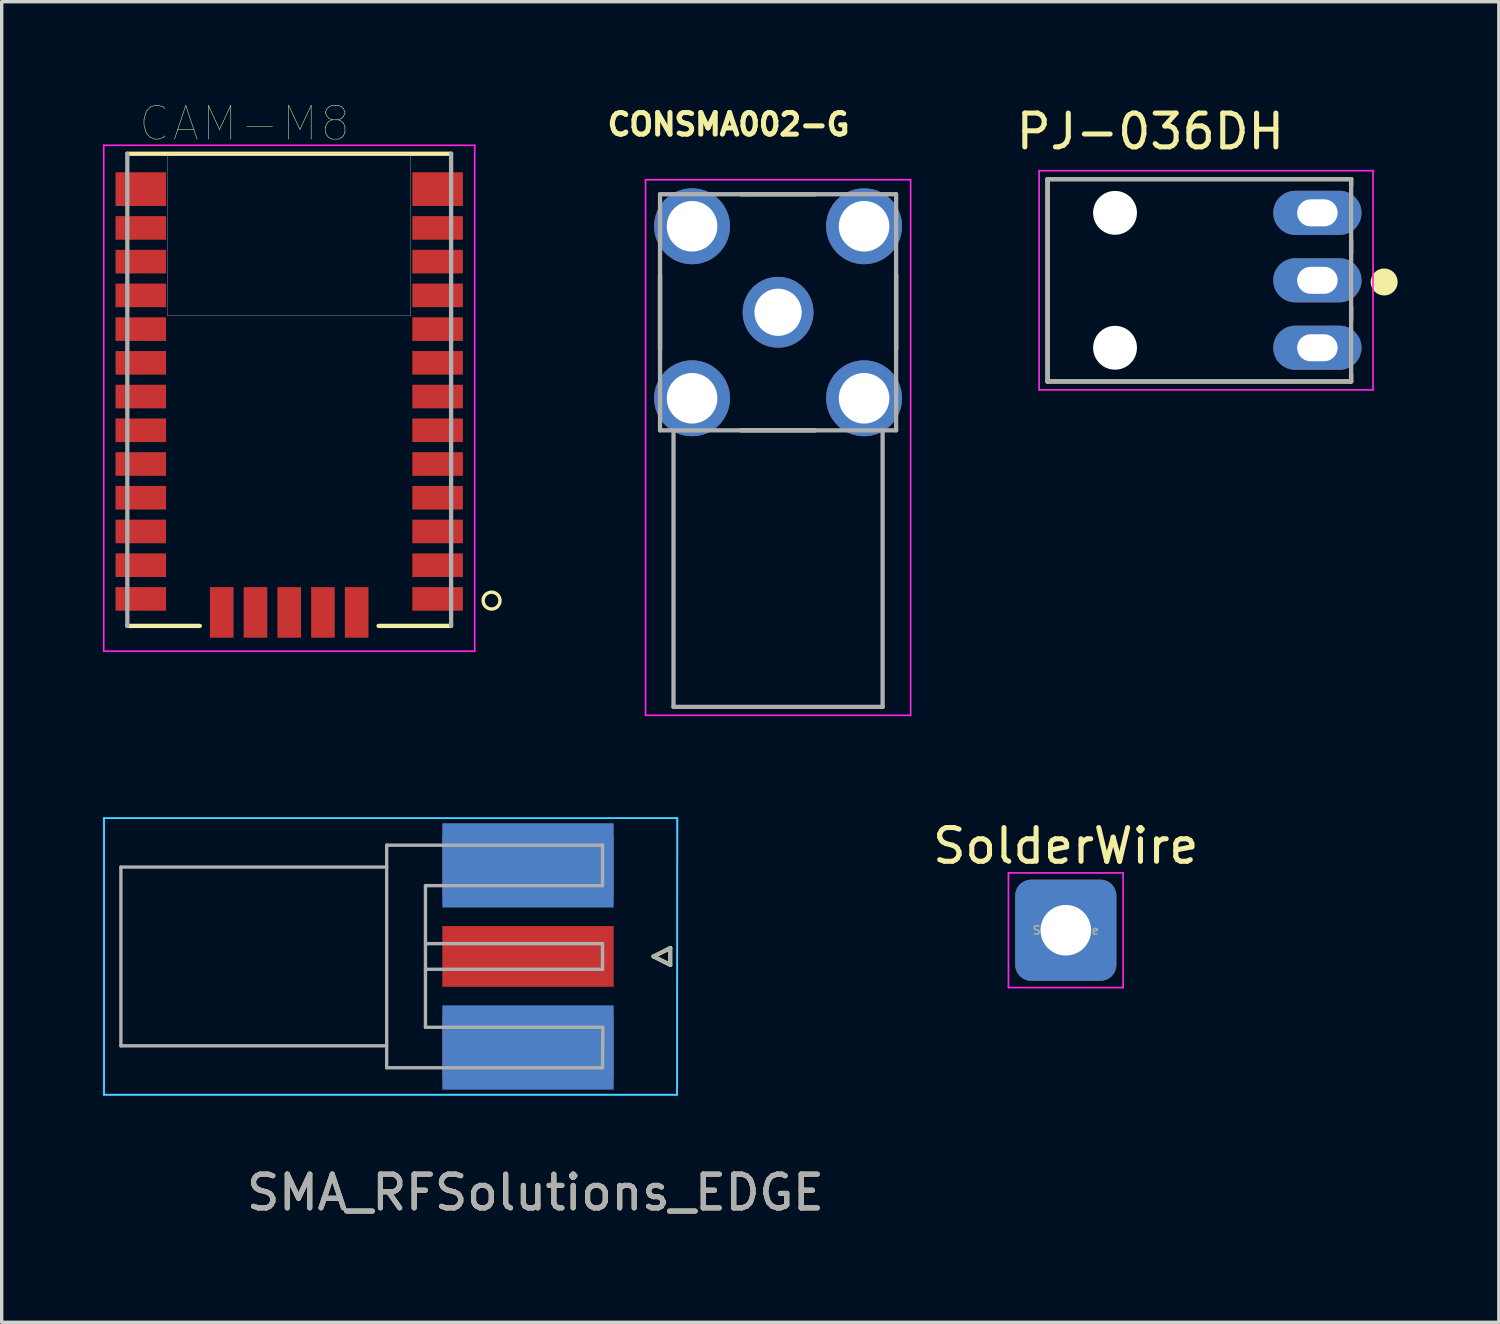
<source format=kicad_pcb>
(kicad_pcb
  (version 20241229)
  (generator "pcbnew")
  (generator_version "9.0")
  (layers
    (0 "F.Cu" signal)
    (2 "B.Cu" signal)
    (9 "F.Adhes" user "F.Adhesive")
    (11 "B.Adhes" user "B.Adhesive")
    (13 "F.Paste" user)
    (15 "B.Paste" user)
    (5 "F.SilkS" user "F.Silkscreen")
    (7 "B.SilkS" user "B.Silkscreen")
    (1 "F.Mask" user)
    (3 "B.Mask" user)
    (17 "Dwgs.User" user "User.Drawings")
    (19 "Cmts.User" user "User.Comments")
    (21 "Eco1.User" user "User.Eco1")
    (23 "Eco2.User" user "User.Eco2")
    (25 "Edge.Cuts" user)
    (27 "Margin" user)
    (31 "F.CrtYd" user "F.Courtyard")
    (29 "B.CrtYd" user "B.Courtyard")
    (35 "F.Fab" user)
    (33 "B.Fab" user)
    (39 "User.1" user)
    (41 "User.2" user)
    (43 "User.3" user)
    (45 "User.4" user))
  (footprint "CONSMA002-G"
    (layer "F.Cu")
    (at 20.02 6.209)
    (property "Reference" "CONSMA002-G" (at -1.468 -5.571 0) (layer "F.SilkS") (effects (font (size 0.64 0.64) (thickness 0.15))))
    (attr through_hole)
    (fp_line (start -3.5 -1.1) (end -3.5 1.1) (stroke (width 0.127) (type solid)) (layer "F.SilkS"))
    (fp_line (start -1.1 -3.5) (end 1.1 -3.5) (stroke (width 0.127) (type solid)) (layer "F.SilkS"))
    (fp_line (start -1.1 3.5) (end 1.1 3.5) (stroke (width 0.127) (type solid)) (layer "F.SilkS"))
    (fp_line (start 3.5 -1.1) (end 3.5 1.1) (stroke (width 0.127) (type solid)) (layer "F.SilkS"))
    (fp_line (start -3.93 -3.93) (end 3.93 -3.93) (stroke (width 0.05) (type solid)) (layer "F.CrtYd"))
    (fp_line (start -3.93 11.95) (end -3.93 -3.93) (stroke (width 0.05) (type solid)) (layer "F.CrtYd"))
    (fp_line (start 3.93 -3.93) (end 3.93 11.95) (stroke (width 0.05) (type solid)) (layer "F.CrtYd"))
    (fp_line (start 3.93 11.95) (end -3.93 11.95) (stroke (width 0.05) (type solid)) (layer "F.CrtYd"))
    (fp_line (start -3.5 -3.5) (end 3.5 -3.5) (stroke (width 0.127) (type solid)) (layer "F.Fab"))
    (fp_line (start -3.5 3.5) (end -3.5 -3.5) (stroke (width 0.127) (type solid)) (layer "F.Fab"))
    (fp_line (start -3.1 3.5) (end -3.5 3.5) (stroke (width 0.127) (type solid)) (layer "F.Fab"))
    (fp_line (start -3.1 3.5) (end -3.1 11.7) (stroke (width 0.127) (type solid)) (layer "F.Fab"))
    (fp_line (start -3.1 11.7) (end 3.1 11.7) (stroke (width 0.127) (type solid)) (layer "F.Fab"))
    (fp_line (start 3.1 3.5) (end -3.1 3.5) (stroke (width 0.127) (type solid)) (layer "F.Fab"))
    (fp_line (start 3.1 11.7) (end 3.1 3.5) (stroke (width 0.127) (type solid)) (layer "F.Fab"))
    (fp_line (start 3.5 -3.5) (end 3.5 3.5) (stroke (width 0.127) (type solid)) (layer "F.Fab"))
    (fp_line (start 3.5 3.5) (end 3.1 3.5) (stroke (width 0.127) (type solid)) (layer "F.Fab"))
    (pad "1" thru_hole circle (at 0 0) (size 2.1 2.1) (drill 1.4) (layers "*.Cu" "*.Mask"))
    (pad "2" thru_hole circle (at -2.55 -2.55) (size 2.25 2.25) (drill 1.5) (layers "*.Cu" "*.Mask"))
    (pad "2" thru_hole circle (at -2.55 2.55) (size 2.25 2.25) (drill 1.5) (layers "*.Cu" "*.Mask"))
    (pad "2" thru_hole circle (at 2.55 -2.55) (size 2.25 2.25) (drill 1.5) (layers "*.Cu" "*.Mask"))
    (pad "2" thru_hole circle (at 2.55 2.55) (size 2.25 2.25) (drill 1.5) (layers "*.Cu" "*.Mask")))
  (footprint "SolderWire"
    (layer "F.Cu")
    (at 28.551 24.532)
    (property "Reference" "SolderWire" (at 0 -2.5 0) (layer "F.SilkS") (effects (font (size 1 1) (thickness 0.15))))
    (attr exclude_from_pos_files exclude_from_bom)
    (fp_line (start -1.7 -1.7) (end -1.7 1.7) (stroke (width 0.05) (type solid)) (layer "F.CrtYd"))
    (fp_line (start -1.7 1.7) (end 1.7 1.7) (stroke (width 0.05) (type solid)) (layer "F.CrtYd"))
    (fp_line (start 1.7 -1.7) (end -1.7 -1.7) (stroke (width 0.05) (type solid)) (layer "F.CrtYd"))
    (fp_line (start 1.7 1.7) (end 1.7 -1.7) (stroke (width 0.05) (type solid)) (layer "F.CrtYd"))
    (fp_circle (center 0 0) (end 0.5 0) (stroke (width 0.1) (type solid)) (fill no) (layer "F.Fab"))
    (fp_text user "${REFERENCE}" (at 0 0 0) (layer "F.Fab") (effects (font (size 0.25 0.25) (thickness 0.04))))
    (pad "1" thru_hole roundrect (at 0 0) (size 3 3) (drill 1.5) (layers "*.Cu" "*.Mask") (roundrect_rratio 0.156)))
  (footprint "CAM-M8"
    (layer "F.Cu")
    (at 5.525 8.508)
    (property "Reference" "CAM-M8" (at -1.327 -7.896 0) (layer "F.SilkS") (effects (font (size 1.001 1.001) (thickness 0.015))))
    (attr through_hole)
    (fp_line (start -4.8 -7) (end 4.8 -7) (stroke (width 0.127) (type solid)) (layer "F.SilkS"))
    (fp_line (start -2.65 7) (end -4.8 7) (stroke (width 0.127) (type solid)) (layer "F.SilkS"))
    (fp_line (start 4.8 7) (end 2.65 7) (stroke (width 0.127) (type solid)) (layer "F.SilkS"))
    (fp_circle (center 6 6.25) (end 6.25 6.25) (stroke (width 0.1) (type solid)) (fill no) (layer "F.SilkS"))
    (fp_poly (pts (xy -3.6 -7) (xy 3.6 -7) (xy 3.6 -2.2) (xy -3.6 -2.2)) (stroke (width 0.01) (type solid)) (fill no) (layer "Dwgs.User"))
    (fp_line (start -5.5 -7.25) (end 5.5 -7.25) (stroke (width 0.05) (type solid)) (layer "F.CrtYd"))
    (fp_line (start -5.5 7.75) (end -5.5 -7.25) (stroke (width 0.05) (type solid)) (layer "F.CrtYd"))
    (fp_line (start 5.5 -7.25) (end 5.5 7.75) (stroke (width 0.05) (type solid)) (layer "F.CrtYd"))
    (fp_line (start 5.5 7.75) (end -5.5 7.75) (stroke (width 0.05) (type solid)) (layer "F.CrtYd"))
    (fp_line (start -4.8 7) (end -4.8 -7) (stroke (width 0.127) (type solid)) (layer "F.Fab"))
    (fp_line (start 4.8 -7) (end 4.8 7) (stroke (width 0.127) (type solid)) (layer "F.Fab"))
    (pad "1" smd rect (at 4.4 6.2) (size 1.5 0.7) (layers "F.Cu" "F.Mask" "F.Paste"))
    (pad "2" smd rect (at 4.4 5.2) (size 1.5 0.7) (layers "F.Cu" "F.Mask" "F.Paste"))
    (pad "3" smd rect (at 4.4 4.2) (size 1.5 0.7) (layers "F.Cu" "F.Mask" "F.Paste"))
    (pad "4" smd rect (at 4.4 3.2) (size 1.5 0.7) (layers "F.Cu" "F.Mask" "F.Paste"))
    (pad "5" smd rect (at 4.4 2.2) (size 1.5 0.7) (layers "F.Cu" "F.Mask" "F.Paste"))
    (pad "6" smd rect (at 4.4 1.2) (size 1.5 0.7) (layers "F.Cu" "F.Mask" "F.Paste"))
    (pad "7" smd rect (at 4.4 0.2) (size 1.5 0.7) (layers "F.Cu" "F.Mask" "F.Paste"))
    (pad "8" smd rect (at 4.4 -0.8) (size 1.5 0.7) (layers "F.Cu" "F.Mask" "F.Paste"))
    (pad "9" smd rect (at 4.4 -1.8) (size 1.5 0.7) (layers "F.Cu" "F.Mask" "F.Paste"))
    (pad "10" smd rect (at 4.4 -2.8) (size 1.5 0.7) (layers "F.Cu" "F.Mask" "F.Paste"))
    (pad "11" smd rect (at 4.4 -3.8) (size 1.5 0.7) (layers "F.Cu" "F.Mask" "F.Paste"))
    (pad "12" smd rect (at 4.4 -4.8) (size 1.5 0.7) (layers "F.Cu" "F.Mask" "F.Paste"))
    (pad "13" smd rect (at 4.4 -5.95) (size 1.5 1) (layers "F.Cu" "F.Mask" "F.Paste"))
    (pad "14" smd rect (at -4.4 -5.95) (size 1.5 1) (layers "F.Cu" "F.Mask" "F.Paste"))
    (pad "15" smd rect (at -4.4 -4.8) (size 1.5 0.7) (layers "F.Cu" "F.Mask" "F.Paste"))
    (pad "16" smd rect (at -4.4 -3.8) (size 1.5 0.7) (layers "F.Cu" "F.Mask" "F.Paste"))
    (pad "17" smd rect (at -4.4 -2.8) (size 1.5 0.7) (layers "F.Cu" "F.Mask" "F.Paste"))
    (pad "18" smd rect (at -4.4 -1.8) (size 1.5 0.7) (layers "F.Cu" "F.Mask" "F.Paste"))
    (pad "19" smd rect (at -4.4 -0.8) (size 1.5 0.7) (layers "F.Cu" "F.Mask" "F.Paste"))
    (pad "20" smd rect (at -4.4 0.2) (size 1.5 0.7) (layers "F.Cu" "F.Mask" "F.Paste"))
    (pad "21" smd rect (at -4.4 1.2) (size 1.5 0.7) (layers "F.Cu" "F.Mask" "F.Paste"))
    (pad "22" smd rect (at -4.4 2.2) (size 1.5 0.7) (layers "F.Cu" "F.Mask" "F.Paste"))
    (pad "23" smd rect (at -4.4 3.2) (size 1.5 0.7) (layers "F.Cu" "F.Mask" "F.Paste"))
    (pad "24" smd rect (at -4.4 4.2) (size 1.5 0.7) (layers "F.Cu" "F.Mask" "F.Paste"))
    (pad "25" smd rect (at -4.4 5.2) (size 1.5 0.7) (layers "F.Cu" "F.Mask" "F.Paste"))
    (pad "26" smd rect (at -4.4 6.2) (size 1.5 0.7) (layers "F.Cu" "F.Mask" "F.Paste"))
    (pad "27" smd rect (at -2 6.6) (size 0.7 1.5) (layers "F.Cu" "F.Mask" "F.Paste"))
    (pad "28" smd rect (at -1 6.6) (size 0.7 1.5) (layers "F.Cu" "F.Mask" "F.Paste"))
    (pad "29" smd rect (at 0 6.6) (size 0.7 1.5) (layers "F.Cu" "F.Mask" "F.Paste"))
    (pad "30" smd rect (at 1 6.6) (size 0.7 1.5) (layers "F.Cu" "F.Mask" "F.Paste"))
    (pad "31" smd rect (at 2 6.6) (size 0.7 1.5) (layers "F.Cu" "F.Mask" "F.Paste")))
  (footprint "SMA_RFSolutions_EDGE"
    (layer "F.Cu")
    (at 14.325 25.309)
    (property "Reference" "SMA_RFSolutions_EDGE" (at -1.5 7 0) (layer "F.SilkS") (effects (font (size 1 1) (thickness 0.15))))
    (attr smd)
    (fp_line (start 2 0) (end 2.5 -0.25) (stroke (width 0.12) (type solid)) (layer "F.SilkS"))
    (fp_line (start 2.5 -0.25) (end 2.5 0.25) (stroke (width 0.12) (type solid)) (layer "F.SilkS"))
    (fp_line (start 2.5 0.25) (end 2 0) (stroke (width 0.12) (type solid)) (layer "F.SilkS"))
    (fp_line (start -14.29 -4.1) (end -14.29 4.1) (stroke (width 0.05) (type solid)) (layer "B.CrtYd"))
    (fp_line (start -14.29 -4.1) (end 2.71 -4.1) (stroke (width 0.05) (type solid)) (layer "B.CrtYd"))
    (fp_line (start -14.29 4.1) (end 2.71 4.1) (stroke (width 0.05) (type solid)) (layer "B.CrtYd"))
    (fp_line (start 2.71 -4.1) (end 2.7 4.1) (stroke (width 0.05) (type solid)) (layer "B.CrtYd"))
    (fp_line (start -14.3 -4.1) (end -14.3 4.1) (stroke (width 0.05) (type solid)) (layer "F.CrtYd"))
    (fp_line (start -14.3 4.1) (end 2.7 4.1) (stroke (width 0.05) (type solid)) (layer "F.CrtYd"))
    (fp_line (start 2.7 -4.1) (end -14.3 -4.1) (stroke (width 0.05) (type solid)) (layer "F.CrtYd"))
    (fp_line (start 2.7 -4.1) (end 2.7 4.1) (stroke (width 0.05) (type solid)) (layer "F.CrtYd"))
    (fp_line (start -13.79 -2.65) (end -13.79 2.65) (stroke (width 0.1) (type solid)) (layer "F.Fab"))
    (fp_line (start -13.79 -2.65) (end -5.91 -2.65) (stroke (width 0.1) (type solid)) (layer "F.Fab"))
    (fp_line (start -13.79 2.65) (end -5.91 2.65) (stroke (width 0.1) (type solid)) (layer "F.Fab"))
    (fp_line (start -5.91 -3.3) (end -5.91 3.3) (stroke (width 0.1) (type solid)) (layer "F.Fab"))
    (fp_line (start -5.91 3.3) (end 0.49 3.3) (stroke (width 0.1) (type solid)) (layer "F.Fab"))
    (fp_line (start -4.76 -2.1) (end -4.76 2.1) (stroke (width 0.1) (type solid)) (layer "F.Fab"))
    (fp_line (start -4.76 -2.1) (end 0.49 -2.1) (stroke (width 0.1) (type solid)) (layer "F.Fab"))
    (fp_line (start -4.76 -0.38) (end 0.49 -0.38) (stroke (width 0.1) (type solid)) (layer "F.Fab"))
    (fp_line (start -4.76 0.38) (end 0.49 0.38) (stroke (width 0.1) (type solid)) (layer "F.Fab"))
    (fp_line (start -4.76 2.1) (end 0.49 2.1) (stroke (width 0.1) (type solid)) (layer "F.Fab"))
    (fp_line (start 0.49 -3.3) (end -5.91 -3.3) (stroke (width 0.1) (type solid)) (layer "F.Fab"))
    (fp_line (start 0.49 -3.3) (end 0.49 -2.1) (stroke (width 0.1) (type solid)) (layer "F.Fab"))
    (fp_line (start 0.49 -0.38) (end 0.49 0.38) (stroke (width 0.1) (type solid)) (layer "F.Fab"))
    (fp_line (start 0.49 3.3) (end 0.5 2.1) (stroke (width 0.1) (type solid)) (layer "F.Fab"))
    (fp_line (start 2 0) (end 2.5 0.25) (stroke (width 0.1) (type solid)) (layer "F.Fab"))
    (fp_line (start 2.5 -0.25) (end 2 0) (stroke (width 0.1) (type solid)) (layer "F.Fab"))
    (fp_line (start 2.5 0.25) (end 2.5 -0.25) (stroke (width 0.1) (type solid)) (layer "F.Fab"))
    (fp_text user "${REFERENCE}" (at -1.5 7 0) (layer "F.Fab") (effects (font (size 1 1) (thickness 0.15))))
    (pad "1" smd rect (at -1.72 0) (size 5.08 1.8) (layers "F.Cu" "F.Mask" "F.Paste"))
    (pad "2" smd rect (at -1.72 -2.7) (size 5.08 1.8) (layers "F.Cu" "F.Mask" "F.Paste"))
    (pad "2" smd rect (at -1.72 -2.7) (size 5.08 2.5) (layers "B.Cu" "B.Mask" "B.Paste"))
    (pad "2" smd rect (at -1.72 2.7) (size 5.08 1.8) (layers "F.Cu" "F.Mask" "F.Paste"))
    (pad "2" smd rect (at -1.72 2.7) (size 5.08 2.5) (layers "B.Cu" "B.Mask" "B.Paste")))
  (footprint "PJ-036DH"
    (layer "F.Cu")
    (at 36.011 5.261)
    (property "Reference" "PJ-036DH" (at -4.953 -4.412 0) (layer "F.SilkS") (effects (font (size 1.002 1.002) (thickness 0.15))))
    (attr through_hole)
    (fp_line (start -8 -3) (end -8 3) (stroke (width 0.127) (type solid)) (layer "F.SilkS"))
    (fp_line (start -8 3) (end 1 3) (stroke (width 0.127) (type solid)) (layer "F.SilkS"))
    (fp_line (start 1 -3) (end -8 -3) (stroke (width 0.127) (type solid)) (layer "F.SilkS"))
    (fp_line (start 1 -2.8) (end 1 -3) (stroke (width 0.127) (type solid)) (layer "F.SilkS"))
    (fp_line (start 1 -0.8) (end 1 -1.2) (stroke (width 0.127) (type solid)) (layer "F.SilkS"))
    (fp_line (start 1 1.2) (end 1 0.8) (stroke (width 0.127) (type solid)) (layer "F.SilkS"))
    (fp_line (start 1 3) (end 1 2.8) (stroke (width 0.127) (type solid)) (layer "F.SilkS"))
    (fp_circle (center 1.98 0.05) (end 2.18 0.05) (stroke (width 0.4) (type solid)) (fill no) (layer "F.SilkS"))
    (fp_line (start -8.25 -3.25) (end -8.25 3.25) (stroke (width 0.05) (type solid)) (layer "F.CrtYd"))
    (fp_line (start -8.25 3.25) (end 1.65 3.25) (stroke (width 0.05) (type solid)) (layer "F.CrtYd"))
    (fp_line (start 1.65 -3.25) (end -8.25 -3.25) (stroke (width 0.05) (type solid)) (layer "F.CrtYd"))
    (fp_line (start 1.65 3.25) (end 1.65 -3.25) (stroke (width 0.05) (type solid)) (layer "F.CrtYd"))
    (fp_line (start -8 -3) (end -8 3) (stroke (width 0.127) (type solid)) (layer "F.Fab"))
    (fp_line (start -8 3) (end 1 3) (stroke (width 0.127) (type solid)) (layer "F.Fab"))
    (fp_line (start 1 -3) (end -8 -3) (stroke (width 0.127) (type solid)) (layer "F.Fab"))
    (fp_line (start 1 3) (end 1 -3) (stroke (width 0.127) (type solid)) (layer "F.Fab"))
    (pad "" np_thru_hole circle (at -6 -2) (size 1.3 1.3) (drill 1.3) (layers "*.Cu" "*.Mask"))
    (pad "" np_thru_hole circle (at -6 2) (size 1.3 1.3) (drill 1.3) (layers "*.Cu" "*.Mask"))
    (pad "1" thru_hole oval (at 0 0) (size 2.616 1.308) (drill oval 1.2 0.8) (layers "*.Cu" "*.Mask"))
    (pad "2" thru_hole oval (at 0 2) (size 2.616 1.308) (drill oval 1.2 0.8) (layers "*.Cu" "*.Mask"))
    (pad "3" thru_hole oval (at 0 -2) (size 2.616 1.308) (drill oval 1.2 0.8) (layers "*.Cu" "*.Mask")))
  (gr_rect
    (start -3 -3)
    (end 41.391 36.157)
    (stroke (width 0.1) (type default))
    (fill no)
    (layer "Edge.Cuts")))
</source>
